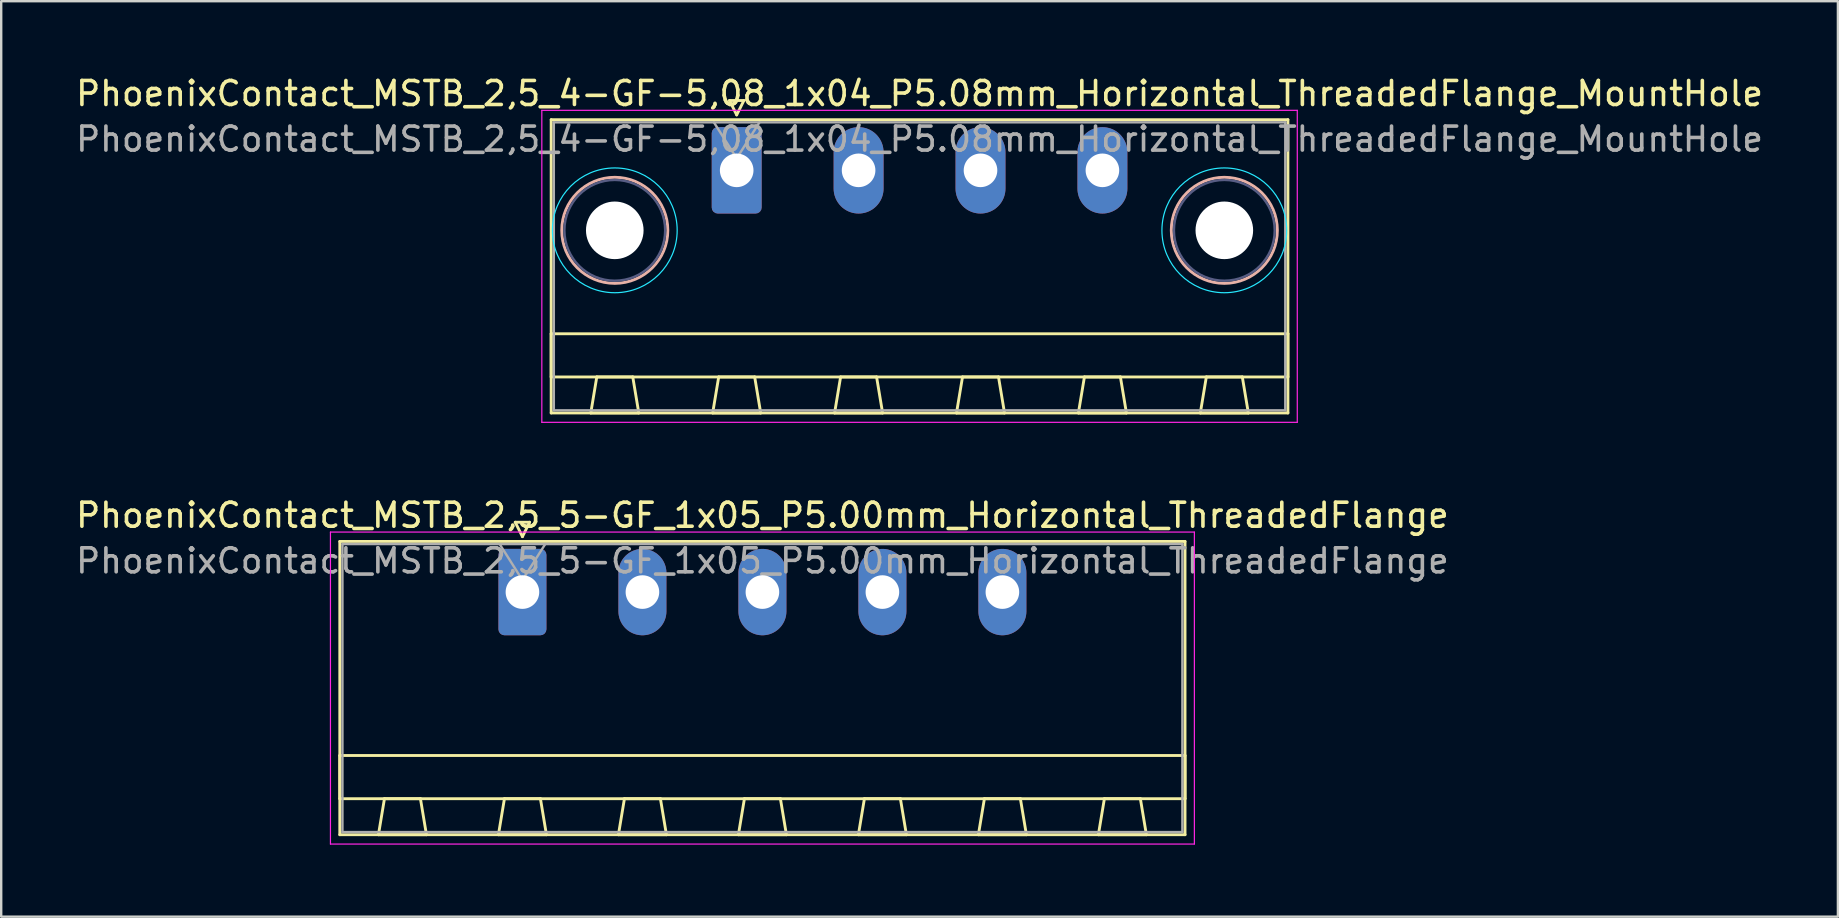
<source format=kicad_pcb>
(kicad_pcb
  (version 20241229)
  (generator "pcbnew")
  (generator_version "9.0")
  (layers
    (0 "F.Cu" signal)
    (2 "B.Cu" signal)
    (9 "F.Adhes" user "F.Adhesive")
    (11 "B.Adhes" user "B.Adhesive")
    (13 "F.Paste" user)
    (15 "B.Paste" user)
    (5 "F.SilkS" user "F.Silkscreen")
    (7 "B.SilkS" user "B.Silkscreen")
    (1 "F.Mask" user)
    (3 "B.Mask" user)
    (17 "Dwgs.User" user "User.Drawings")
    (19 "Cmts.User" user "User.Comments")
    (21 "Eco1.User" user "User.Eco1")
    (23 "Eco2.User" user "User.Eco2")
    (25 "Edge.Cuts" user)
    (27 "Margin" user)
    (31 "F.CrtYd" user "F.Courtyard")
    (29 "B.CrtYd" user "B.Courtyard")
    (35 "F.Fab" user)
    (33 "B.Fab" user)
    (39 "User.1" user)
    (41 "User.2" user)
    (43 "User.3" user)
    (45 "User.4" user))
  (footprint "PhoenixContact_MSTB_2,5_5-GF_1x05_P5.00mm_Horizontal_ThreadedFlange"
    (layer "F.Cu")
    (at 18.72 21.622)
    (property "Reference" "PhoenixContact_MSTB_2,5_5-GF_1x05_P5.00mm_Horizontal_ThreadedFlange" (at 10 -3.2 0) (layer "F.SilkS") (effects (font (size 1 1) (thickness 0.15))))
    (attr through_hole)
    (fp_line (start -7.61 -2.11) (end -7.61 10.11) (stroke (width 0.12) (type solid)) (layer "F.SilkS"))
    (fp_line (start -7.61 6.81) (end 27.61 6.81) (stroke (width 0.12) (type solid)) (layer "F.SilkS"))
    (fp_line (start -7.61 8.61) (end -7.61 6.81) (stroke (width 0.12) (type solid)) (layer "F.SilkS"))
    (fp_line (start -7.61 10.11) (end 27.61 10.11) (stroke (width 0.12) (type solid)) (layer "F.SilkS"))
    (fp_line (start -6 10.11) (end -4 10.11) (stroke (width 0.12) (type solid)) (layer "F.SilkS"))
    (fp_line (start -5.75 8.61) (end -6 10.11) (stroke (width 0.12) (type solid)) (layer "F.SilkS"))
    (fp_line (start -4.25 8.61) (end -5.75 8.61) (stroke (width 0.12) (type solid)) (layer "F.SilkS"))
    (fp_line (start -4 10.11) (end -4.25 8.61) (stroke (width 0.12) (type solid)) (layer "F.SilkS"))
    (fp_line (start -1 10.11) (end 1 10.11) (stroke (width 0.12) (type solid)) (layer "F.SilkS"))
    (fp_line (start -0.75 8.61) (end -1 10.11) (stroke (width 0.12) (type solid)) (layer "F.SilkS"))
    (fp_line (start -0.3 -2.91) (end 0.3 -2.91) (stroke (width 0.12) (type solid)) (layer "F.SilkS"))
    (fp_line (start 0 -2.31) (end -0.3 -2.91) (stroke (width 0.12) (type solid)) (layer "F.SilkS"))
    (fp_line (start 0.3 -2.91) (end 0 -2.31) (stroke (width 0.12) (type solid)) (layer "F.SilkS"))
    (fp_line (start 0.75 8.61) (end -0.75 8.61) (stroke (width 0.12) (type solid)) (layer "F.SilkS"))
    (fp_line (start 1 10.11) (end 0.75 8.61) (stroke (width 0.12) (type solid)) (layer "F.SilkS"))
    (fp_line (start 4 10.11) (end 6 10.11) (stroke (width 0.12) (type solid)) (layer "F.SilkS"))
    (fp_line (start 4.25 8.61) (end 4 10.11) (stroke (width 0.12) (type solid)) (layer "F.SilkS"))
    (fp_line (start 5.75 8.61) (end 4.25 8.61) (stroke (width 0.12) (type solid)) (layer "F.SilkS"))
    (fp_line (start 6 10.11) (end 5.75 8.61) (stroke (width 0.12) (type solid)) (layer "F.SilkS"))
    (fp_line (start 9 10.11) (end 11 10.11) (stroke (width 0.12) (type solid)) (layer "F.SilkS"))
    (fp_line (start 9.25 8.61) (end 9 10.11) (stroke (width 0.12) (type solid)) (layer "F.SilkS"))
    (fp_line (start 10.75 8.61) (end 9.25 8.61) (stroke (width 0.12) (type solid)) (layer "F.SilkS"))
    (fp_line (start 11 10.11) (end 10.75 8.61) (stroke (width 0.12) (type solid)) (layer "F.SilkS"))
    (fp_line (start 14 10.11) (end 16 10.11) (stroke (width 0.12) (type solid)) (layer "F.SilkS"))
    (fp_line (start 14.25 8.61) (end 14 10.11) (stroke (width 0.12) (type solid)) (layer "F.SilkS"))
    (fp_line (start 15.75 8.61) (end 14.25 8.61) (stroke (width 0.12) (type solid)) (layer "F.SilkS"))
    (fp_line (start 16 10.11) (end 15.75 8.61) (stroke (width 0.12) (type solid)) (layer "F.SilkS"))
    (fp_line (start 19 10.11) (end 21 10.11) (stroke (width 0.12) (type solid)) (layer "F.SilkS"))
    (fp_line (start 19.25 8.61) (end 19 10.11) (stroke (width 0.12) (type solid)) (layer "F.SilkS"))
    (fp_line (start 20.75 8.61) (end 19.25 8.61) (stroke (width 0.12) (type solid)) (layer "F.SilkS"))
    (fp_line (start 21 10.11) (end 20.75 8.61) (stroke (width 0.12) (type solid)) (layer "F.SilkS"))
    (fp_line (start 24 10.11) (end 26 10.11) (stroke (width 0.12) (type solid)) (layer "F.SilkS"))
    (fp_line (start 24.25 8.61) (end 24 10.11) (stroke (width 0.12) (type solid)) (layer "F.SilkS"))
    (fp_line (start 25.75 8.61) (end 24.25 8.61) (stroke (width 0.12) (type solid)) (layer "F.SilkS"))
    (fp_line (start 26 10.11) (end 25.75 8.61) (stroke (width 0.12) (type solid)) (layer "F.SilkS"))
    (fp_line (start 27.61 -2.11) (end -7.61 -2.11) (stroke (width 0.12) (type solid)) (layer "F.SilkS"))
    (fp_line (start 27.61 6.81) (end 27.61 8.61) (stroke (width 0.12) (type solid)) (layer "F.SilkS"))
    (fp_line (start 27.61 8.61) (end -7.61 8.61) (stroke (width 0.12) (type solid)) (layer "F.SilkS"))
    (fp_line (start 27.61 10.11) (end 27.61 -2.11) (stroke (width 0.12) (type solid)) (layer "F.SilkS"))
    (fp_line (start -8 -2.5) (end -8 10.5) (stroke (width 0.05) (type solid)) (layer "F.CrtYd"))
    (fp_line (start -8 10.5) (end 28 10.5) (stroke (width 0.05) (type solid)) (layer "F.CrtYd"))
    (fp_line (start 28 -2.5) (end -8 -2.5) (stroke (width 0.05) (type solid)) (layer "F.CrtYd"))
    (fp_line (start 28 10.5) (end 28 -2.5) (stroke (width 0.05) (type solid)) (layer "F.CrtYd"))
    (fp_line (start -7.5 -2) (end -7.5 10) (stroke (width 0.1) (type solid)) (layer "F.Fab"))
    (fp_line (start -7.5 10) (end 27.5 10) (stroke (width 0.1) (type solid)) (layer "F.Fab"))
    (fp_line (start 0 -0.5) (end -0.95 -2) (stroke (width 0.1) (type solid)) (layer "F.Fab"))
    (fp_line (start 0.95 -2) (end 0 -0.5) (stroke (width 0.1) (type solid)) (layer "F.Fab"))
    (fp_line (start 27.5 -2) (end -7.5 -2) (stroke (width 0.1) (type solid)) (layer "F.Fab"))
    (fp_line (start 27.5 10) (end 27.5 -2) (stroke (width 0.1) (type solid)) (layer "F.Fab"))
    (fp_text user "${REFERENCE}" (at 10 -1.3 0) (layer "F.Fab") (effects (font (size 1 1) (thickness 0.15))))
    (pad "1" thru_hole roundrect (at 0 0) (size 2 3.6) (drill 1.4) (layers "*.Cu" "*.Mask") (roundrect_rratio 0.125))
    (pad "2" thru_hole oval (at 5 0) (size 2 3.6) (drill 1.4) (layers "*.Cu" "*.Mask"))
    (pad "3" thru_hole oval (at 10 0) (size 2 3.6) (drill 1.4) (layers "*.Cu" "*.Mask"))
    (pad "4" thru_hole oval (at 15 0) (size 2 3.6) (drill 1.4) (layers "*.Cu" "*.Mask"))
    (pad "5" thru_hole oval (at 20 0) (size 2 3.6) (drill 1.4) (layers "*.Cu" "*.Mask")))
  (footprint "PhoenixContact_MSTB_2,5_4-GF-5,08_1x04_P5.08mm_Horizontal_ThreadedFlange_MountHole"
    (layer "F.Cu")
    (at 27.648 4.048)
    (property "Reference" "PhoenixContact_MSTB_2,5_4-GF-5,08_1x04_P5.08mm_Horizontal_ThreadedFlange_MountHole" (at 7.62 -3.2 0) (layer "F.SilkS") (effects (font (size 1 1) (thickness 0.15))))
    (attr through_hole)
    (fp_line (start -7.73 -2.11) (end -7.73 10.11) (stroke (width 0.12) (type solid)) (layer "F.SilkS"))
    (fp_line (start -7.73 6.81) (end 22.97 6.81) (stroke (width 0.12) (type solid)) (layer "F.SilkS"))
    (fp_line (start -7.73 8.61) (end -7.73 6.81) (stroke (width 0.12) (type solid)) (layer "F.SilkS"))
    (fp_line (start -7.73 10.11) (end 22.97 10.11) (stroke (width 0.12) (type solid)) (layer "F.SilkS"))
    (fp_line (start -6.08 10.11) (end -4.08 10.11) (stroke (width 0.12) (type solid)) (layer "F.SilkS"))
    (fp_line (start -5.83 8.61) (end -6.08 10.11) (stroke (width 0.12) (type solid)) (layer "F.SilkS"))
    (fp_line (start -4.33 8.61) (end -5.83 8.61) (stroke (width 0.12) (type solid)) (layer "F.SilkS"))
    (fp_line (start -4.08 10.11) (end -4.33 8.61) (stroke (width 0.12) (type solid)) (layer "F.SilkS"))
    (fp_line (start -1 10.11) (end 1 10.11) (stroke (width 0.12) (type solid)) (layer "F.SilkS"))
    (fp_line (start -0.75 8.61) (end -1 10.11) (stroke (width 0.12) (type solid)) (layer "F.SilkS"))
    (fp_line (start -0.3 -2.91) (end 0.3 -2.91) (stroke (width 0.12) (type solid)) (layer "F.SilkS"))
    (fp_line (start 0 -2.31) (end -0.3 -2.91) (stroke (width 0.12) (type solid)) (layer "F.SilkS"))
    (fp_line (start 0.3 -2.91) (end 0 -2.31) (stroke (width 0.12) (type solid)) (layer "F.SilkS"))
    (fp_line (start 0.75 8.61) (end -0.75 8.61) (stroke (width 0.12) (type solid)) (layer "F.SilkS"))
    (fp_line (start 1 10.11) (end 0.75 8.61) (stroke (width 0.12) (type solid)) (layer "F.SilkS"))
    (fp_line (start 4.08 10.11) (end 6.08 10.11) (stroke (width 0.12) (type solid)) (layer "F.SilkS"))
    (fp_line (start 4.33 8.61) (end 4.08 10.11) (stroke (width 0.12) (type solid)) (layer "F.SilkS"))
    (fp_line (start 5.83 8.61) (end 4.33 8.61) (stroke (width 0.12) (type solid)) (layer "F.SilkS"))
    (fp_line (start 6.08 10.11) (end 5.83 8.61) (stroke (width 0.12) (type solid)) (layer "F.SilkS"))
    (fp_line (start 9.16 10.11) (end 11.16 10.11) (stroke (width 0.12) (type solid)) (layer "F.SilkS"))
    (fp_line (start 9.41 8.61) (end 9.16 10.11) (stroke (width 0.12) (type solid)) (layer "F.SilkS"))
    (fp_line (start 10.91 8.61) (end 9.41 8.61) (stroke (width 0.12) (type solid)) (layer "F.SilkS"))
    (fp_line (start 11.16 10.11) (end 10.91 8.61) (stroke (width 0.12) (type solid)) (layer "F.SilkS"))
    (fp_line (start 14.24 10.11) (end 16.24 10.11) (stroke (width 0.12) (type solid)) (layer "F.SilkS"))
    (fp_line (start 14.49 8.61) (end 14.24 10.11) (stroke (width 0.12) (type solid)) (layer "F.SilkS"))
    (fp_line (start 15.99 8.61) (end 14.49 8.61) (stroke (width 0.12) (type solid)) (layer "F.SilkS"))
    (fp_line (start 16.24 10.11) (end 15.99 8.61) (stroke (width 0.12) (type solid)) (layer "F.SilkS"))
    (fp_line (start 19.32 10.11) (end 21.32 10.11) (stroke (width 0.12) (type solid)) (layer "F.SilkS"))
    (fp_line (start 19.57 8.61) (end 19.32 10.11) (stroke (width 0.12) (type solid)) (layer "F.SilkS"))
    (fp_line (start 21.07 8.61) (end 19.57 8.61) (stroke (width 0.12) (type solid)) (layer "F.SilkS"))
    (fp_line (start 21.32 10.11) (end 21.07 8.61) (stroke (width 0.12) (type solid)) (layer "F.SilkS"))
    (fp_line (start 22.97 -2.11) (end -7.73 -2.11) (stroke (width 0.12) (type solid)) (layer "F.SilkS"))
    (fp_line (start 22.97 6.81) (end 22.97 8.61) (stroke (width 0.12) (type solid)) (layer "F.SilkS"))
    (fp_line (start 22.97 8.61) (end -7.73 8.61) (stroke (width 0.12) (type solid)) (layer "F.SilkS"))
    (fp_line (start 22.97 10.11) (end 22.97 -2.11) (stroke (width 0.12) (type solid)) (layer "F.SilkS"))
    (fp_circle (center -5.08 2.5) (end -2.87 2.5) (stroke (width 0.12) (type solid)) (fill no) (layer "B.SilkS"))
    (fp_circle (center 20.32 2.5) (end 22.53 2.5) (stroke (width 0.12) (type solid)) (fill no) (layer "B.SilkS"))
    (fp_circle (center -5.08 2.5) (end -2.48 2.5) (stroke (width 0.05) (type solid)) (fill no) (layer "B.CrtYd"))
    (fp_circle (center 20.32 2.5) (end 22.92 2.5) (stroke (width 0.05) (type solid)) (fill no) (layer "B.CrtYd"))
    (fp_line (start -8.12 -2.5) (end -8.12 10.5) (stroke (width 0.05) (type solid)) (layer "F.CrtYd"))
    (fp_line (start -8.12 10.5) (end 23.36 10.5) (stroke (width 0.05) (type solid)) (layer "F.CrtYd"))
    (fp_line (start 23.36 -2.5) (end -8.12 -2.5) (stroke (width 0.05) (type solid)) (layer "F.CrtYd"))
    (fp_line (start 23.36 10.5) (end 23.36 -2.5) (stroke (width 0.05) (type solid)) (layer "F.CrtYd"))
    (fp_circle (center -5.08 2.5) (end -2.98 2.5) (stroke (width 0.1) (type solid)) (fill no) (layer "B.Fab"))
    (fp_circle (center 20.32 2.5) (end 22.42 2.5) (stroke (width 0.1) (type solid)) (fill no) (layer "B.Fab"))
    (fp_line (start -7.62 -2) (end -7.62 10) (stroke (width 0.1) (type solid)) (layer "F.Fab"))
    (fp_line (start -7.62 10) (end 22.86 10) (stroke (width 0.1) (type solid)) (layer "F.Fab"))
    (fp_line (start 0 -0.5) (end -0.95 -2) (stroke (width 0.1) (type solid)) (layer "F.Fab"))
    (fp_line (start 0.95 -2) (end 0 -0.5) (stroke (width 0.1) (type solid)) (layer "F.Fab"))
    (fp_line (start 22.86 -2) (end -7.62 -2) (stroke (width 0.1) (type solid)) (layer "F.Fab"))
    (fp_line (start 22.86 10) (end 22.86 -2) (stroke (width 0.1) (type solid)) (layer "F.Fab"))
    (fp_text user "${REFERENCE}" (at 7.62 -1.3 0) (layer "F.Fab") (effects (font (size 1 1) (thickness 0.15))))
    (pad "" np_thru_hole circle (at -5.08 2.5) (size 2.4 2.4) (drill 2.4) (layers "*.Cu" "*.Mask"))
    (pad "" np_thru_hole circle (at 20.32 2.5) (size 2.4 2.4) (drill 2.4) (layers "*.Cu" "*.Mask"))
    (pad "1" thru_hole roundrect (at 0 0) (size 2.08 3.6) (drill 1.4) (layers "*.Cu" "*.Mask") (roundrect_rratio 0.12))
    (pad "2" thru_hole oval (at 5.08 0) (size 2.08 3.6) (drill 1.4) (layers "*.Cu" "*.Mask"))
    (pad "3" thru_hole oval (at 10.16 0) (size 2.08 3.6) (drill 1.4) (layers "*.Cu" "*.Mask"))
    (pad "4" thru_hole oval (at 15.24 0) (size 2.08 3.6) (drill 1.4) (layers "*.Cu" "*.Mask")))
  (gr_rect
    (start -3 -3)
    (end 73.536 35.147)
    (stroke (width 0.1) (type default))
    (fill no)
    (layer "Edge.Cuts")))
</source>
